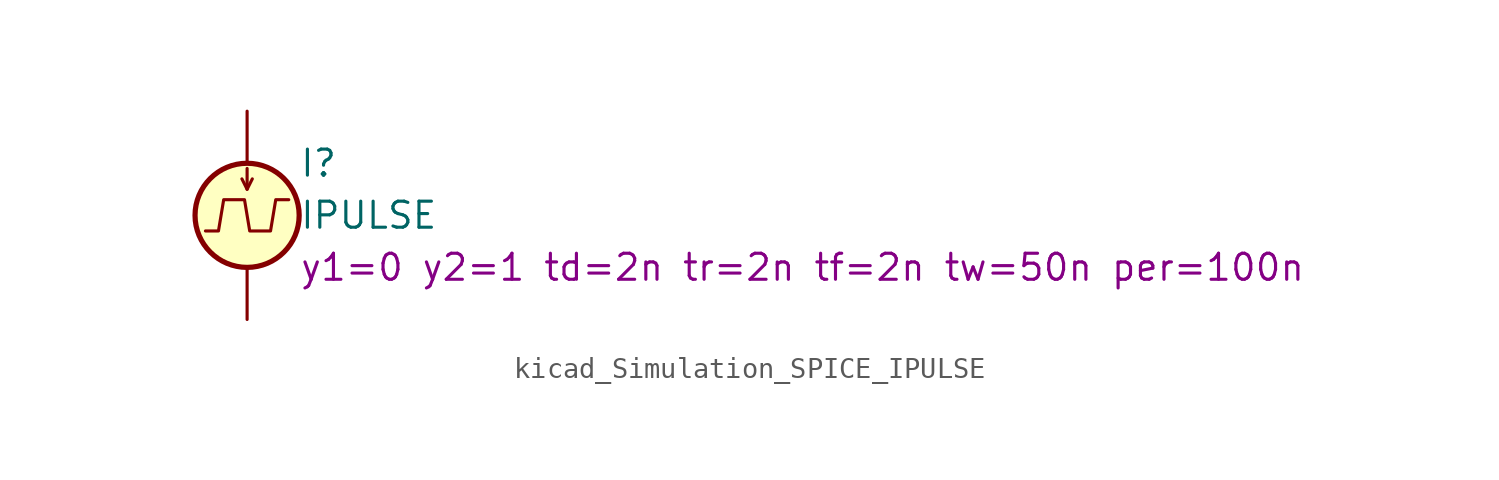
<source format=kicad_sym>
(kicad_symbol_lib
  (version 20220914)
  (generator kicad_symbol_editor)
  (symbol "kicad_Simulation_SPICE_IPULSE"
    (pin_numbers hide)
    (pin_names
      (offset 0.025))
    (property "Reference" "I"
      (at 2.54 2.54 0)
      (effects (font (size 1.27 1.27)) (justify left)))
    (property "Value" "IPULSE"
      (at 2.54 0 0)
      (effects (font (size 1.27 1.27)) (justify left)))
    (property "Sim.Params" "y1=0 y2=1 td=2n tr=2n tf=2n tw=50n per=100n"
      (at 2.54 -2.54 0)
      (effects (font (size 1.27 1.27)) (justify left)))
    (symbol "kicad_Simulation_SPICE_IPULSE_0_0"
      (polyline (pts (xy -2.032 -0.762) (xy -1.397 -0.762) (xy -1.143 0.762) (xy -0.127 0.762) (xy 0.127 -0.762) (xy 1.143 -0.762) (xy 1.397 0.762) (xy 2.032 0.762)) (stroke (width 0) (type default)) (fill (type none))))
    (symbol "kicad_Simulation_SPICE_IPULSE_0_1"
      (polyline (pts (xy 0 1.27) (xy 0 2.286)) (stroke (width 0) (type default)) (fill (type none)))
      (polyline (pts (xy -0.254 1.778) (xy 0 1.27) (xy 0.254 1.778)) (stroke (width 0) (type default)) (fill (type none)))
      (circle (center 0 0) (radius 2.54) (stroke (width 0.254) (type default)) (fill (type background))))
    (symbol "kicad_Simulation_SPICE_IPULSE_1_1"
      (pin passive line (at 0 5.08 270) (length 2.54) (name "~" (effects (font (size 1.27 1.27)))) (number "1" (effects (font (size 1.27 1.27)))))
      (pin passive line (at 0 -5.08 90) (length 2.54) (name "~" (effects (font (size 1.27 1.27)))) (number "2" (effects (font (size 1.27 1.27))))))))
</source>
